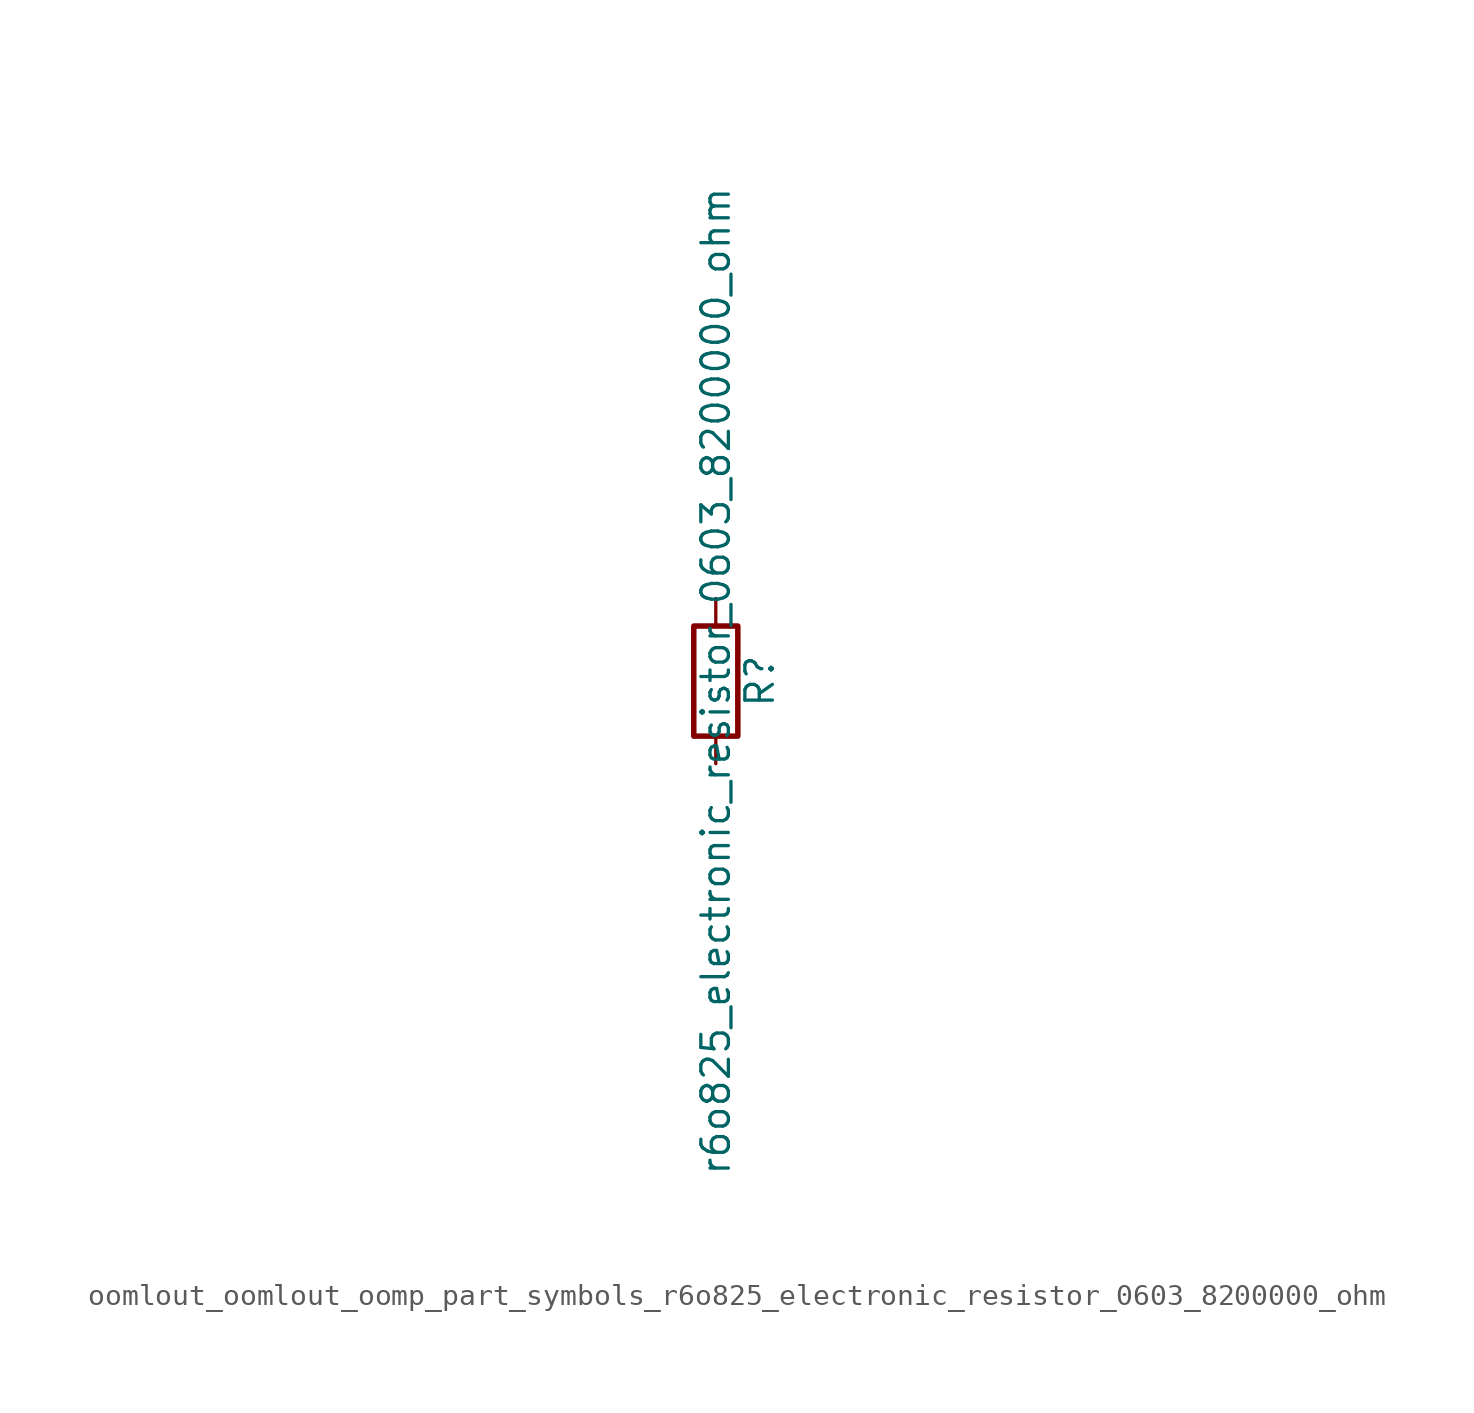
<source format=kicad_sym>
(kicad_symbol_lib
  (version 20220914)
  (generator kicad_symbol_editor)
  (symbol "oomlout_oomlout_oomp_part_symbols_r6o825_electronic_resistor_0603_8200000_ohm"
    (pin_numbers hide)
    (pin_names
      (offset 0))
    (property "Reference" "R"
      (at 2.032 0 90)
      (effects (font (size 1.27 1.27))))
    (property "Value" "r6o825_electronic_resistor_0603_8200000_ohm"
      (at 0 0 90)
      (effects (font (size 1.27 1.27))))
    (symbol "oomlout_oomlout_oomp_part_symbols_r6o825_electronic_resistor_0603_8200000_ohm_0_1"
      (rectangle (start -1.016 -2.54) (end 1.016 2.54) (stroke (width 0.254) (type default)) (fill (type none))))
    (symbol "oomlout_oomlout_oomp_part_symbols_r6o825_electronic_resistor_0603_8200000_ohm_1_1"
      (pin passive line (at 0 3.81 270) (length 1.27) (name "~" (effects (font (size 1.27 1.27)))) (number "1" (effects (font (size 1.27 1.27)))))
      (pin passive line (at 0 -3.81 90) (length 1.27) (name "~" (effects (font (size 1.27 1.27)))) (number "2" (effects (font (size 1.27 1.27))))))))
</source>
